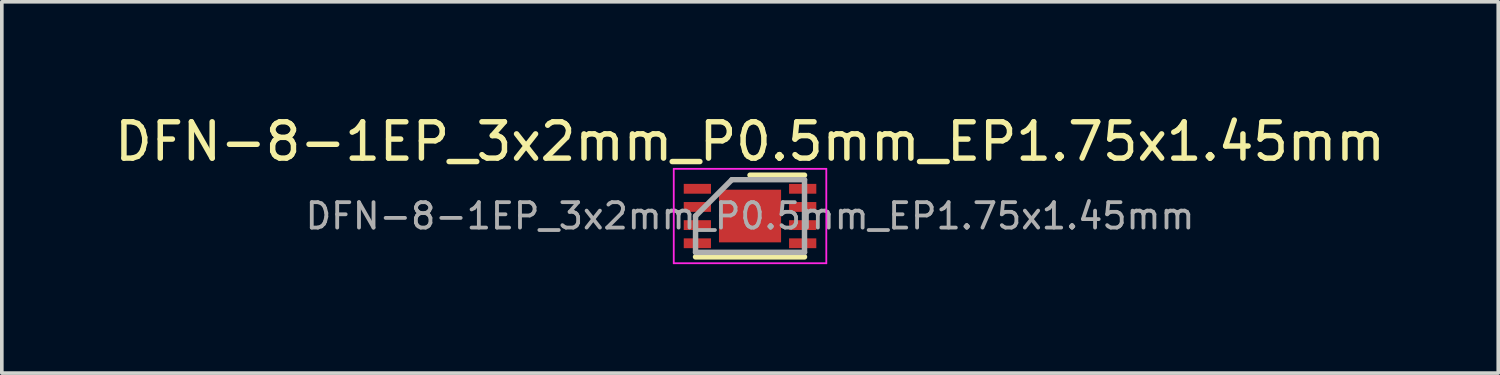
<source format=kicad_pcb>
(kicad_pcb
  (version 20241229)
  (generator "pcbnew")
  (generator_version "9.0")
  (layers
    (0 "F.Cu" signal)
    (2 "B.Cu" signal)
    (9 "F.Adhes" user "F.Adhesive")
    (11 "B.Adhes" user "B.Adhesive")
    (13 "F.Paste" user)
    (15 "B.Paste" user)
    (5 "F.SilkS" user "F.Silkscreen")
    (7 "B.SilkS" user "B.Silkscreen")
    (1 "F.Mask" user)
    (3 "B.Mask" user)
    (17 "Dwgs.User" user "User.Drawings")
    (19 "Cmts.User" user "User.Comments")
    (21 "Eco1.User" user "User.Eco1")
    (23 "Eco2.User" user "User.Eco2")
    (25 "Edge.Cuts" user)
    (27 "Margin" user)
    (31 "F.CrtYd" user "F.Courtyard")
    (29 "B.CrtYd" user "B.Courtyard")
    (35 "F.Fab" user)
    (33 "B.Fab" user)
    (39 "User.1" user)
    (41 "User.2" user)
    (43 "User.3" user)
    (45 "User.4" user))
  (footprint "DFN-8-1EP_3x2mm_P0.5mm_EP1.75x1.45mm"
    (layer "F.Cu")
    (at 17.601 2.898)
    (property "Reference" "DFN-8-1EP_3x2mm_P0.5mm_EP1.75x1.45mm" (at 0 -2.05 0) (layer "F.SilkS") (effects (font (size 1 1) (thickness 0.15))))
    (attr smd)
    (fp_line (start -1.5 1.125) (end 1.5 1.125) (stroke (width 0.15) (type solid)) (layer "F.SilkS"))
    (fp_line (start 0 -1.125) (end 1.5 -1.125) (stroke (width 0.15) (type solid)) (layer "F.SilkS"))
    (fp_line (start -2.1 -1.3) (end -2.1 1.3) (stroke (width 0.05) (type solid)) (layer "F.CrtYd"))
    (fp_line (start -2.1 -1.3) (end 2.1 -1.3) (stroke (width 0.05) (type solid)) (layer "F.CrtYd"))
    (fp_line (start -2.1 1.3) (end 2.1 1.3) (stroke (width 0.05) (type solid)) (layer "F.CrtYd"))
    (fp_line (start 2.1 -1.3) (end 2.1 1.3) (stroke (width 0.05) (type solid)) (layer "F.CrtYd"))
    (fp_line (start -1.5 0) (end -0.5 -1) (stroke (width 0.15) (type solid)) (layer "F.Fab"))
    (fp_line (start -1.5 1) (end -1.5 0) (stroke (width 0.15) (type solid)) (layer "F.Fab"))
    (fp_line (start -0.5 -1) (end 1.5 -1) (stroke (width 0.15) (type solid)) (layer "F.Fab"))
    (fp_line (start 1.5 -1) (end 1.5 1) (stroke (width 0.15) (type solid)) (layer "F.Fab"))
    (fp_line (start 1.5 1) (end -1.5 1) (stroke (width 0.15) (type solid)) (layer "F.Fab"))
    (fp_text user "${REFERENCE}" (at 0 0 0) (layer "F.Fab") (effects (font (size 0.7 0.7) (thickness 0.105))))
    (pad "" smd rect (at -0.438 -0.362) (size 0.71 0.58) (layers "F.Paste"))
    (pad "" smd rect (at -0.438 0.362) (size 0.71 0.58) (layers "F.Paste"))
    (pad "" smd rect (at 0.438 -0.362) (size 0.71 0.58) (layers "F.Paste"))
    (pad "" smd rect (at 0.438 0.362) (size 0.71 0.58) (layers "F.Paste"))
    (pad "1" smd rect (at -1.45 -0.75) (size 0.75 0.27) (layers "F.Cu" "F.Mask" "F.Paste"))
    (pad "2" smd rect (at -1.45 -0.25) (size 0.75 0.27) (layers "F.Cu" "F.Mask" "F.Paste"))
    (pad "3" smd rect (at -1.45 0.25) (size 0.75 0.27) (layers "F.Cu" "F.Mask" "F.Paste"))
    (pad "4" smd rect (at -1.45 0.75) (size 0.75 0.27) (layers "F.Cu" "F.Mask" "F.Paste"))
    (pad "5" smd rect (at 1.45 0.75) (size 0.75 0.27) (layers "F.Cu" "F.Mask" "F.Paste"))
    (pad "6" smd rect (at 1.45 0.25) (size 0.75 0.27) (layers "F.Cu" "F.Mask" "F.Paste"))
    (pad "7" smd rect (at 1.45 -0.25) (size 0.75 0.27) (layers "F.Cu" "F.Mask" "F.Paste"))
    (pad "8" smd rect (at 1.45 -0.75) (size 0.75 0.27) (layers "F.Cu" "F.Mask" "F.Paste"))
    (pad "9" smd rect (at 0 0) (size 1.71 1.45) (layers "F.Cu" "F.Mask")))
  (gr_rect
    (start -3 -3)
    (end 38.202 7.223)
    (stroke (width 0.1) (type default))
    (fill no)
    (layer "Edge.Cuts")))
</source>
